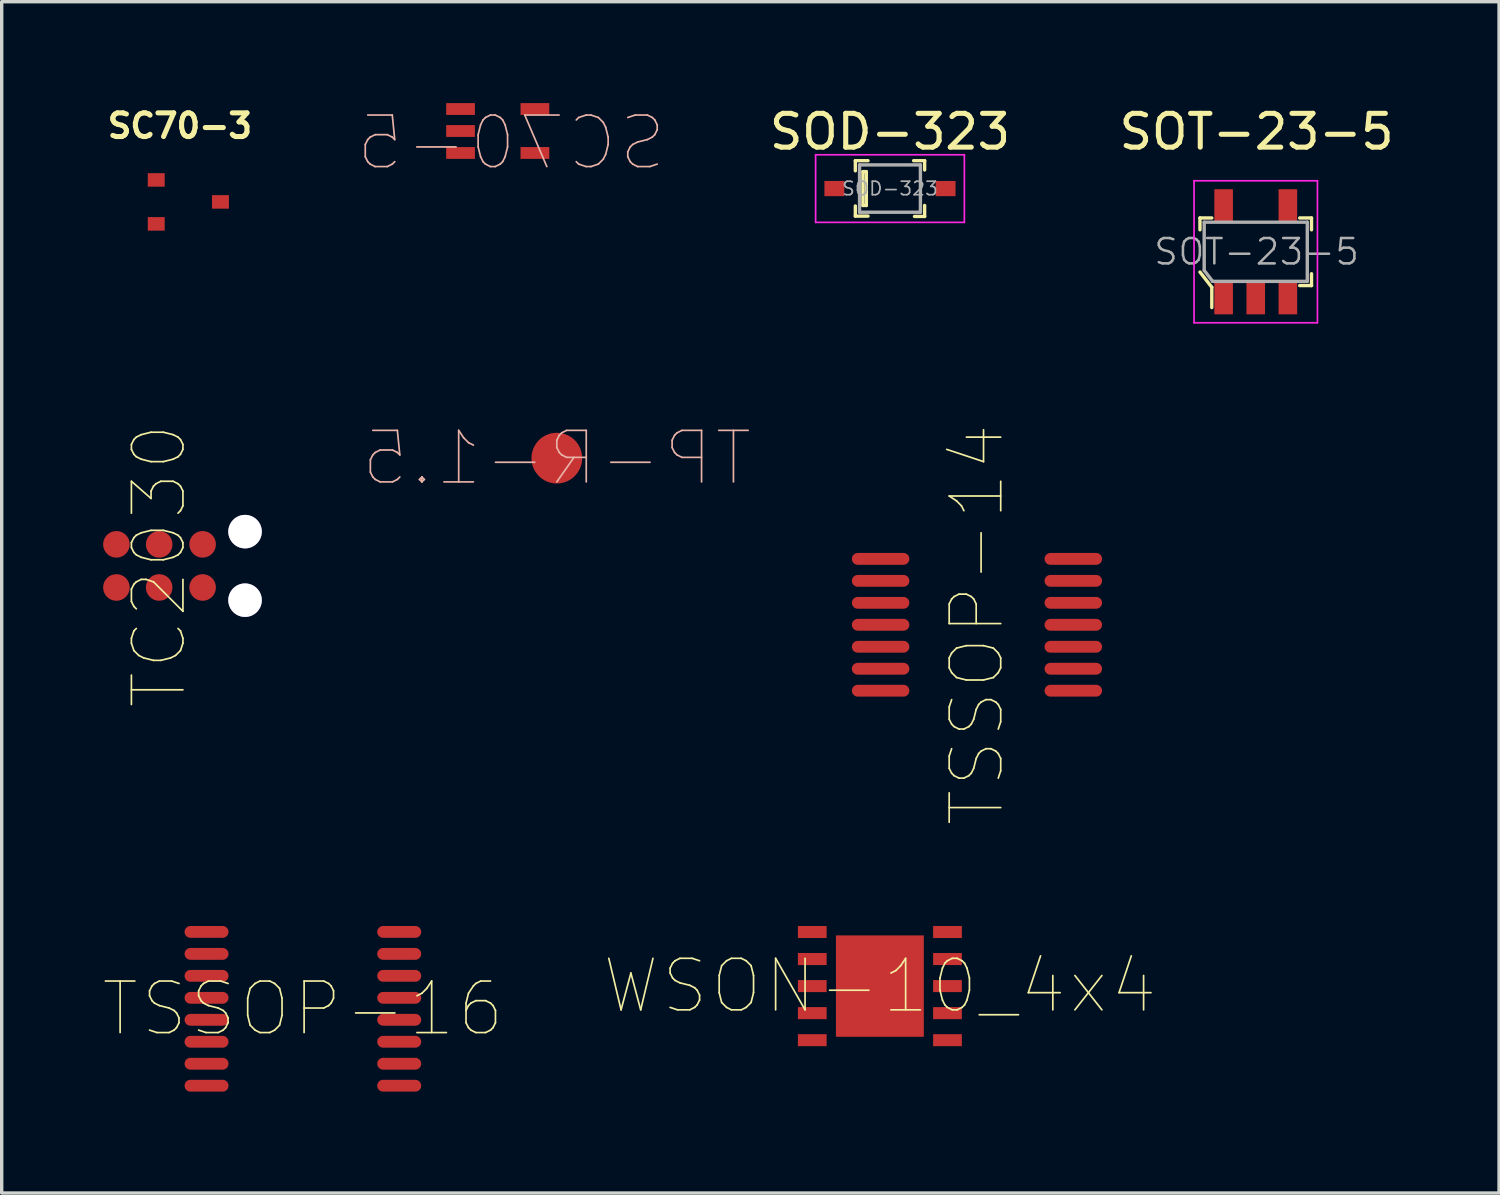
<source format=kicad_pcb>
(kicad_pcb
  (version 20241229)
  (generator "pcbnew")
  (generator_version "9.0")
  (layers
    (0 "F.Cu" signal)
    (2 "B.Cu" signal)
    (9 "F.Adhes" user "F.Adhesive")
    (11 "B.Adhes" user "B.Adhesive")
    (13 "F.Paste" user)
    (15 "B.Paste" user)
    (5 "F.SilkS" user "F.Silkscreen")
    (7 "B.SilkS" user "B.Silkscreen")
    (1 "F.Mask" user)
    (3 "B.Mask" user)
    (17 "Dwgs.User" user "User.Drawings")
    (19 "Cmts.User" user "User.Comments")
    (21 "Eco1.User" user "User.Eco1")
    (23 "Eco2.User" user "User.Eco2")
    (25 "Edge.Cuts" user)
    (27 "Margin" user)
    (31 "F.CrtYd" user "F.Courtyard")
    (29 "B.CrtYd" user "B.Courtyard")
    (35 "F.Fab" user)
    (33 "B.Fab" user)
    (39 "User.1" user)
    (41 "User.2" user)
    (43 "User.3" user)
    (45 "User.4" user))
  (footprint "TSSOP-14"
    (layer "F.Cu")
    (at 25.851 15.433)
    (property "Reference" "TSSOP-14" (at 0 0 90) (layer "F.SilkS") (effects (font (size 1.524 1.524) (thickness 0.05))))
    (attr smd)
    (pad "1" smd oval (at -2.85 -1.95 90) (size 0.35 1.7) (layers "F.Cu" "F.Mask" "F.Paste"))
    (pad "2" smd oval (at -2.85 -1.3 90) (size 0.35 1.7) (layers "F.Cu" "F.Mask" "F.Paste"))
    (pad "3" smd oval (at -2.85 -0.65 90) (size 0.35 1.7) (layers "F.Cu" "F.Mask" "F.Paste"))
    (pad "4" smd oval (at -2.85 0 90) (size 0.35 1.7) (layers "F.Cu" "F.Mask" "F.Paste"))
    (pad "5" smd oval (at -2.85 0.65 90) (size 0.35 1.7) (layers "F.Cu" "F.Mask" "F.Paste"))
    (pad "6" smd oval (at -2.85 1.3 90) (size 0.35 1.7) (layers "F.Cu" "F.Mask" "F.Paste"))
    (pad "7" smd oval (at -2.85 1.95 90) (size 0.35 1.7) (layers "F.Cu" "F.Mask" "F.Paste"))
    (pad "8" smd oval (at 2.85 1.95 90) (size 0.35 1.7) (layers "F.Cu" "F.Mask" "F.Paste"))
    (pad "9" smd oval (at 2.85 1.3 90) (size 0.35 1.7) (layers "F.Cu" "F.Mask" "F.Paste"))
    (pad "10" smd oval (at 2.85 0.65 90) (size 0.35 1.7) (layers "F.Cu" "F.Mask" "F.Paste"))
    (pad "11" smd oval (at 2.85 0 90) (size 0.35 1.7) (layers "F.Cu" "F.Mask" "F.Paste"))
    (pad "12" smd oval (at 2.85 -0.65 90) (size 0.35 1.7) (layers "F.Cu" "F.Mask" "F.Paste"))
    (pad "13" smd oval (at 2.85 -1.3 90) (size 0.35 1.7) (layers "F.Cu" "F.Mask" "F.Paste"))
    (pad "14" smd oval (at 2.85 -1.95 90) (size 0.35 1.7) (layers "F.Cu" "F.Mask" "F.Paste")))
  (footprint "SC70-5"
    (layer "F.Cu")
    (at 11.674 0.825)
    (property "Reference" "SC70-5" (at 0.4 0.35 0) (layer "B.SilkS") (effects (font (size 1.524 1.524) (thickness 0.05)) (justify mirror)))
    (attr smd)
    (pad "1" smd rect (at -1.1 -0.65 90) (size 0.35 0.85) (layers "F.Cu" "F.Mask" "F.Paste"))
    (pad "2" smd rect (at -1.1 0 90) (size 0.35 0.85) (layers "F.Cu" "F.Mask" "F.Paste"))
    (pad "3" smd rect (at -1.1 0.65 90) (size 0.35 0.85) (layers "F.Cu" "F.Mask" "F.Paste"))
    (pad "4" smd rect (at 1.1 0.65 90) (size 0.35 0.85) (layers "F.Cu" "F.Mask" "F.Paste"))
    (pad "5" smd rect (at 1.1 -0.65 90) (size 0.35 0.85) (layers "F.Cu" "F.Mask" "F.Paste")))
  (footprint "SC70-3"
    (layer "F.Cu")
    (at 2.522 2.923)
    (property "Reference" "SC70-3" (at -0.25 -2.25 0) (layer "F.SilkS") (effects (font (size 0.7 0.7) (thickness 0.15))))
    (attr smd)
    (pad "1" smd rect (at -0.95 -0.65 90) (size 0.4 0.5) (layers "F.Cu" "F.Mask" "F.Paste"))
    (pad "2" smd rect (at -0.95 0.65 90) (size 0.4 0.5) (layers "F.Cu" "F.Mask" "F.Paste"))
    (pad "3" smd rect (at 0.95 0 90) (size 0.4 0.5) (layers "F.Cu" "F.Mask" "F.Paste")))
  (footprint "SOD-323"
    (layer "F.Cu")
    (at 23.278 2.528)
    (property "Reference" "SOD-323" (at 0 -1.68 0) (layer "F.SilkS") (effects (font (size 1 1) (thickness 0.15))))
    (attr smd)
    (fp_line (start -1.025 -0.825) (end -1.025 -0.525) (stroke (width 0.1) (type solid)) (layer "F.SilkS"))
    (fp_line (start -1.025 0.515) (end -1.025 0.815) (stroke (width 0.1) (type solid)) (layer "F.SilkS"))
    (fp_line (start -0.8 -0.5) (end -0.8 0.5) (stroke (width 0.1) (type solid)) (layer "F.SilkS"))
    (fp_line (start -0.8 0.5) (end -0.7 0.5) (stroke (width 0.1) (type solid)) (layer "F.SilkS"))
    (fp_line (start -0.7 -0.5) (end -0.8 -0.5) (stroke (width 0.1) (type solid)) (layer "F.SilkS"))
    (fp_line (start -0.7 0.5) (end -0.7 -0.5) (stroke (width 0.1) (type solid)) (layer "F.SilkS"))
    (fp_line (start -0.65 -0.825) (end -1.025 -0.825) (stroke (width 0.1) (type solid)) (layer "F.SilkS"))
    (fp_line (start -0.65 0.815) (end -1.025 0.815) (stroke (width 0.1) (type solid)) (layer "F.SilkS"))
    (fp_line (start 0.7 -0.825) (end 1.025 -0.825) (stroke (width 0.1) (type solid)) (layer "F.SilkS"))
    (fp_line (start 1.025 -0.825) (end 1.025 -0.55) (stroke (width 0.1) (type solid)) (layer "F.SilkS"))
    (fp_line (start 1.025 0.5) (end 1.025 0.825) (stroke (width 0.1) (type solid)) (layer "F.SilkS"))
    (fp_line (start 1.025 0.825) (end 0.725 0.825) (stroke (width 0.1) (type solid)) (layer "F.SilkS"))
    (fp_line (start -2.2 -1) (end 2.2 -1) (stroke (width 0.05) (type solid)) (layer "F.CrtYd"))
    (fp_line (start -2.2 1) (end -2.2 -1) (stroke (width 0.05) (type solid)) (layer "F.CrtYd"))
    (fp_line (start 2.2 -1) (end 2.2 1) (stroke (width 0.05) (type solid)) (layer "F.CrtYd"))
    (fp_line (start 2.2 1) (end -2.2 1) (stroke (width 0.05) (type solid)) (layer "F.CrtYd"))
    (fp_line (start -0.9 0.7) (end -0.9 -0.7) (stroke (width 0.1) (type solid)) (layer "F.Fab"))
    (fp_line (start -0.9 0.7) (end 0.9 0.7) (stroke (width 0.1) (type solid)) (layer "F.Fab"))
    (fp_line (start 0.9 -0.7) (end -0.9 -0.7) (stroke (width 0.1) (type solid)) (layer "F.Fab"))
    (fp_line (start 0.9 -0.7) (end 0.9 0.7) (stroke (width 0.1) (type solid)) (layer "F.Fab"))
    (fp_text user "${REFERENCE}" (at 0 0 0) (layer "F.Fab") (effects (font (size 0.4 0.4) (thickness 0.05))))
    (pad "A" smd rect (at 1.645 0) (size 0.59 0.45) (layers "F.Cu" "F.Mask" "F.Paste"))
    (pad "K" smd rect (at -1.645 0) (size 0.59 0.45) (layers "F.Cu" "F.Mask" "F.Paste")))
  (footprint "TC2030"
    (layer "F.Cu")
    (at 1.659 13.691)
    (property "Reference" "TC2030" (at 0 0 90) (layer "F.SilkS") (effects (font (size 1.524 1.524) (thickness 0.05))))
    (attr smd)
    (pad "1" smd circle (at -1.265 0.638 90) (size 0.787 0.787) (layers "F.Cu" "F.Mask"))
    (pad "2" smd circle (at -1.265 -0.638 90) (size 0.787 0.787) (layers "F.Cu" "F.Mask"))
    (pad "3" smd circle (at 0 0.638 90) (size 0.787 0.787) (layers "F.Cu" "F.Mask"))
    (pad "4" smd circle (at 0 -0.638 90) (size 0.787 0.787) (layers "F.Cu" "F.Mask"))
    (pad "5" smd circle (at 1.285 0.638 90) (size 0.787 0.787) (layers "F.Cu" "F.Mask"))
    (pad "6" smd circle (at 1.285 -0.638 90) (size 0.787 0.787) (layers "F.Cu" "F.Mask"))
    (pad "M" thru_hole circle (at 2.54 -1.014 90) (size 0.991 0.991) (drill 0.991) (layers "*.Cu"))
    (pad "M" thru_hole circle (at 2.54 1.014 90) (size 0.991 0.991) (drill 0.991) (layers "*.Cu")))
  (footprint "SOT-23-5"
    (layer "F.Cu")
    (at 34.098 4.398)
    (property "Reference" "SOT-23-5" (at 0.025 -3.55 0) (layer "F.SilkS") (effects (font (size 1 1) (thickness 0.15))))
    (attr smd)
    (fp_line (start -1.65 -1) (end -1.65 -0.65) (stroke (width 0.1) (type solid)) (layer "F.SilkS"))
    (fp_line (start -1.3 -1) (end -1.65 -1) (stroke (width 0.1) (type solid)) (layer "F.SilkS"))
    (fp_line (start -1.3 1.05) (end -1.65 0.6) (stroke (width 0.1) (type solid)) (layer "F.SilkS"))
    (fp_line (start -1.3 1.65) (end -1.3 1.05) (stroke (width 0.1) (type solid)) (layer "F.SilkS"))
    (fp_line (start 1.3 -1) (end 1.65 -1) (stroke (width 0.1) (type solid)) (layer "F.SilkS"))
    (fp_line (start 1.65 -1) (end 1.65 -0.65) (stroke (width 0.1) (type solid)) (layer "F.SilkS"))
    (fp_line (start 1.65 0.65) (end 1.65 1) (stroke (width 0.1) (type solid)) (layer "F.SilkS"))
    (fp_line (start 1.65 1) (end 1.3 1) (stroke (width 0.1) (type solid)) (layer "F.SilkS"))
    (fp_line (start -1.825 -2.1) (end 1.825 -2.1) (stroke (width 0.05) (type solid)) (layer "F.CrtYd"))
    (fp_line (start -1.825 2.1) (end -1.825 -2.1) (stroke (width 0.05) (type solid)) (layer "F.CrtYd"))
    (fp_line (start 1.825 -2.1) (end 1.825 2.1) (stroke (width 0.05) (type solid)) (layer "F.CrtYd"))
    (fp_line (start 1.825 2.1) (end -1.825 2.1) (stroke (width 0.05) (type solid)) (layer "F.CrtYd"))
    (fp_line (start -1.525 0.55) (end -1.525 -0.875) (stroke (width 0.1) (type solid)) (layer "F.Fab"))
    (fp_line (start -1.525 0.55) (end -1.275 0.875) (stroke (width 0.1) (type solid)) (layer "F.Fab"))
    (fp_line (start 1.525 -0.875) (end -1.525 -0.875) (stroke (width 0.1) (type solid)) (layer "F.Fab"))
    (fp_line (start 1.525 0.875) (end -1.275 0.875) (stroke (width 0.1) (type solid)) (layer "F.Fab"))
    (fp_line (start 1.525 0.875) (end 1.525 -0.875) (stroke (width 0.1) (type solid)) (layer "F.Fab"))
    (fp_text user "${REFERENCE}" (at 0.025 0 0) (layer "F.Fab") (effects (font (size 0.75 0.75) (thickness 0.075))))
    (pad "1" smd rect (at -0.95 1.35) (size 0.55 1) (layers "F.Cu" "F.Mask" "F.Paste"))
    (pad "2" smd rect (at 0 1.35) (size 0.55 1) (layers "F.Cu" "F.Mask" "F.Paste"))
    (pad "3" smd rect (at 0.95 1.35) (size 0.55 1) (layers "F.Cu" "F.Mask" "F.Paste"))
    (pad "4" smd rect (at 0.95 -1.35) (size 0.55 1) (layers "F.Cu" "F.Mask" "F.Paste"))
    (pad "5" smd rect (at -0.95 -1.35) (size 0.55 1) (layers "F.Cu" "F.Mask" "F.Paste")))
  (footprint "TSSOP-16"
    (layer "F.Cu")
    (at 5.91 26.793)
    (property "Reference" "TSSOP-16" (at 0 0 0) (layer "F.SilkS") (effects (font (size 1.524 1.524) (thickness 0.05))))
    (attr smd)
    (pad "1" smd oval (at -2.85 -2.275 90) (size 0.35 1.3) (layers "F.Cu" "F.Mask" "F.Paste"))
    (pad "2" smd oval (at -2.85 -1.625 90) (size 0.35 1.3) (layers "F.Cu" "F.Mask" "F.Paste"))
    (pad "3" smd oval (at -2.85 -0.975 90) (size 0.35 1.3) (layers "F.Cu" "F.Mask" "F.Paste"))
    (pad "4" smd oval (at -2.85 -0.325 90) (size 0.35 1.3) (layers "F.Cu" "F.Mask" "F.Paste"))
    (pad "5" smd oval (at -2.85 0.325 90) (size 0.35 1.3) (layers "F.Cu" "F.Mask" "F.Paste"))
    (pad "6" smd oval (at -2.85 0.975 90) (size 0.35 1.3) (layers "F.Cu" "F.Mask" "F.Paste"))
    (pad "7" smd oval (at -2.85 1.625 90) (size 0.35 1.3) (layers "F.Cu" "F.Mask" "F.Paste"))
    (pad "8" smd oval (at -2.85 2.275 90) (size 0.35 1.3) (layers "F.Cu" "F.Mask" "F.Paste"))
    (pad "9" smd oval (at 2.85 2.275 90) (size 0.35 1.3) (layers "F.Cu" "F.Mask" "F.Paste"))
    (pad "10" smd oval (at 2.85 1.625 90) (size 0.35 1.3) (layers "F.Cu" "F.Mask" "F.Paste"))
    (pad "11" smd oval (at 2.85 0.975 90) (size 0.35 1.3) (layers "F.Cu" "F.Mask" "F.Paste"))
    (pad "12" smd oval (at 2.85 0.325 90) (size 0.35 1.3) (layers "F.Cu" "F.Mask" "F.Paste"))
    (pad "13" smd oval (at 2.85 -0.325 90) (size 0.35 1.3) (layers "F.Cu" "F.Mask" "F.Paste"))
    (pad "14" smd oval (at 2.85 -0.975 90) (size 0.35 1.3) (layers "F.Cu" "F.Mask" "F.Paste"))
    (pad "15" smd oval (at 2.85 -1.625 90) (size 0.35 1.3) (layers "F.Cu" "F.Mask" "F.Paste"))
    (pad "16" smd oval (at 2.85 -2.275 90) (size 0.35 1.3) (layers "F.Cu" "F.Mask" "F.Paste")))
  (footprint "WSON-10_4x4"
    (layer "F.Cu")
    (at 22.979 26.121)
    (property "Reference" "WSON-10_4x4" (at 0 0 180) (layer "F.SilkS") (effects (font (size 1.524 1.524) (thickness 0.05))))
    (attr smd)
    (pad "1" smd rect (at -2 -1.6 90) (size 0.356 0.85) (layers "F.Cu" "F.Mask" "F.Paste"))
    (pad "2" smd rect (at -2 -0.8 90) (size 0.356 0.85) (layers "F.Cu" "F.Mask" "F.Paste"))
    (pad "3" smd rect (at -2 0 90) (size 0.356 0.85) (layers "F.Cu" "F.Mask" "F.Paste"))
    (pad "4" smd rect (at -2 0.8 90) (size 0.356 0.85) (layers "F.Cu" "F.Mask" "F.Paste"))
    (pad "5" smd rect (at -2 1.6 90) (size 0.356 0.85) (layers "F.Cu" "F.Mask" "F.Paste"))
    (pad "6" smd rect (at 2 1.6 90) (size 0.356 0.85) (layers "F.Cu" "F.Mask" "F.Paste"))
    (pad "7" smd rect (at 2 0.8 90) (size 0.356 0.85) (layers "F.Cu" "F.Mask" "F.Paste"))
    (pad "8" smd rect (at 2 0 90) (size 0.356 0.85) (layers "F.Cu" "F.Mask" "F.Paste"))
    (pad "9" smd rect (at 2 -0.8 90) (size 0.356 0.85) (layers "F.Cu" "F.Mask" "F.Paste"))
    (pad "10" smd rect (at 2 -1.6 90) (size 0.356 0.85) (layers "F.Cu" "F.Mask" "F.Paste"))
    (pad "11" smd rect (at 0 0 180) (size 2.6 3) (layers "F.Cu" "F.Mask" "F.Paste")))
  (footprint "TP-R-1.5"
    (layer "F.Cu")
    (at 13.422 10.503)
    (property "Reference" "TP-R-1.5" (at 0 0 0) (layer "B.SilkS") (effects (font (size 1.524 1.524) (thickness 0.05)) (justify mirror)))
    (attr smd)
    (pad "1" smd circle (at 0 0 270) (size 1.5 1.5) (layers "F.Cu" "F.Mask")))
  (gr_rect
    (start -3 -3)
    (end 41.296 32.243)
    (stroke (width 0.1) (type default))
    (fill no)
    (layer "Edge.Cuts")))
</source>
